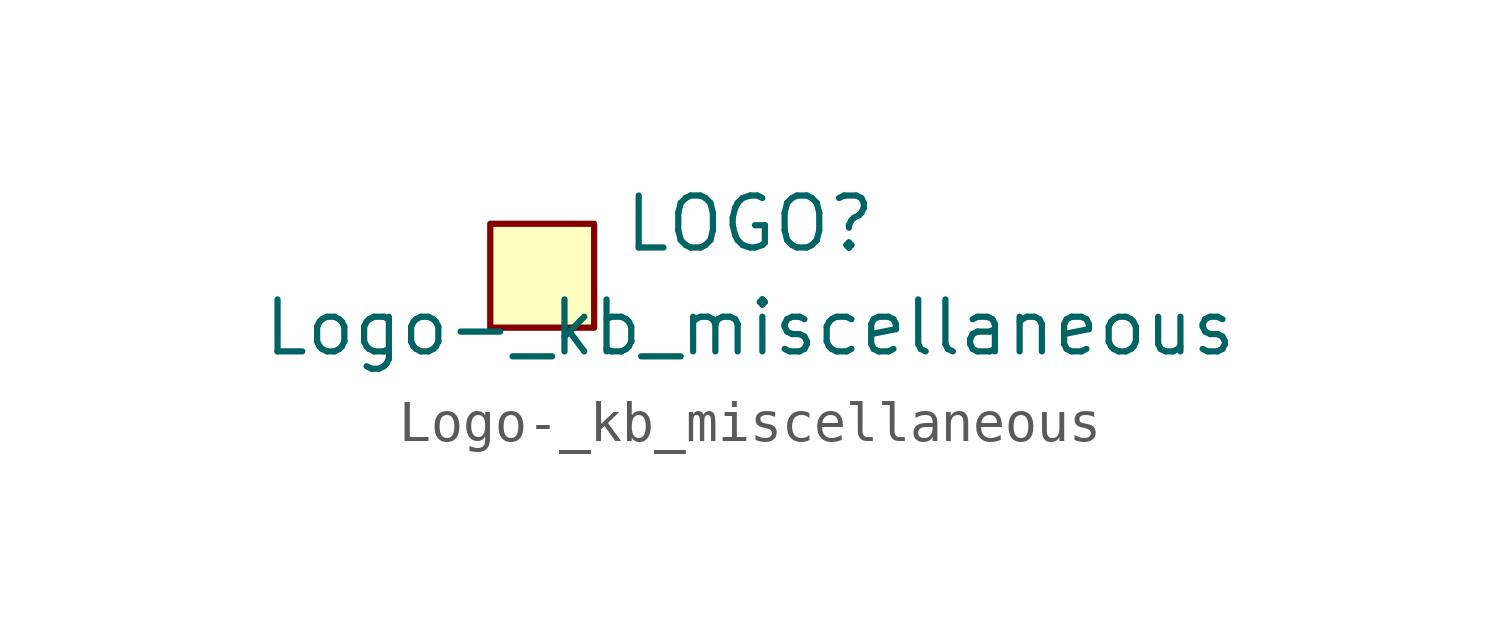
<source format=kicad_sym>
(kicad_symbol_lib
  (version 20211014)
  (generator kicad_symbol_editor)
  (symbol "Logo-_kb_miscellaneous"
    (pin_names
      (offset 1.27))
    (property "Reference" "LOGO"
      (at 5.08 1.27 0)
      (effects (font (size 1.27 1.27))))
    (property "Value" "Logo-_kb_miscellaneous"
      (at 5.08 -1.27 0)
      (effects (font (size 1.27 1.27))))
    (symbol "Logo-_kb_miscellaneous_0_1"
      (rectangle (start -1.27 -1.27) (end 1.27 1.27) (stroke (width 0) (type default) (color 0 0 0 0)) (fill (type background))))))
</source>
